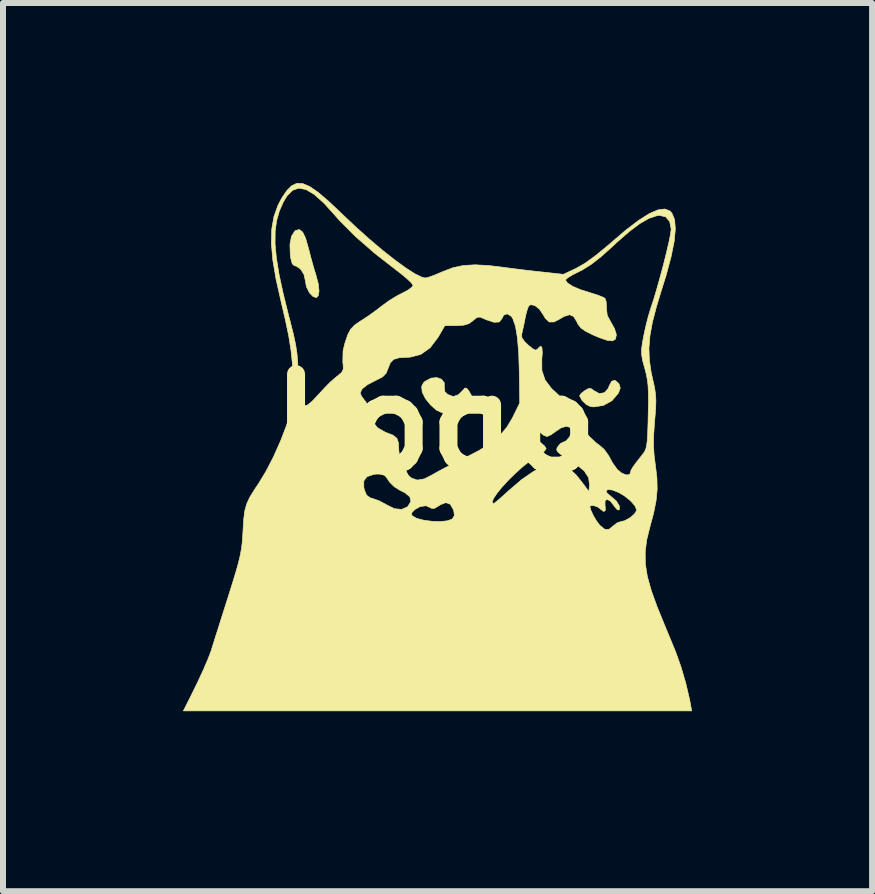
<source format=kicad_pcb>
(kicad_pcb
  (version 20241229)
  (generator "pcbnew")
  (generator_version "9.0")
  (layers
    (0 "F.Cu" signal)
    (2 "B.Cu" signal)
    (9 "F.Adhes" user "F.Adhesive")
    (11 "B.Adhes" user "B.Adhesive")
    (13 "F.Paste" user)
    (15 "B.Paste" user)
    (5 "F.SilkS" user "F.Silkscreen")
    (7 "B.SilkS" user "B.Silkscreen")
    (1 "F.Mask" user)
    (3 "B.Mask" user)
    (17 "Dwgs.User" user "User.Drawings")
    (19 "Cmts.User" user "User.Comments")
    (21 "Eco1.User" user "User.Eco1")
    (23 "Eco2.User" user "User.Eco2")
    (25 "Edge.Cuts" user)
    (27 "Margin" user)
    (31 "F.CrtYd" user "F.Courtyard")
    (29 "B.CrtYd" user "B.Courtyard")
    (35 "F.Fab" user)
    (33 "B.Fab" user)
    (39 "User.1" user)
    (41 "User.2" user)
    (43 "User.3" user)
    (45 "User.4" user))
  (footprint "Logo"
    (layer "F.Cu")
    (at 4.205 4.02)
    (property "Reference" "Logo" (at 0 0 0) (layer "F.SilkS") (effects (font (size 1.524 1.524) (thickness 0.3))))
    (attr through_hole)
    (fp_poly (pts (xy 3.051 -0.684) (xy 3.061 -0.669) (xy 3.08 -0.604) (xy 3.051 -0.525) (xy 3.048 -0.519) (xy 2.941 -0.393) (xy 2.798 -0.314) (xy 2.638 -0.29) (xy 2.583 -0.296) (xy 2.512 -0.331) (xy 2.445 -0.396) (xy 2.407 -0.465) (xy 2.405 -0.481) (xy 2.43 -0.516) (xy 2.49 -0.562) (xy 2.555 -0.598) (xy 2.598 -0.593) (xy 2.64 -0.561) (xy 2.731 -0.512) (xy 2.817 -0.527) (xy 2.88 -0.599) (xy 2.894 -0.636) (xy 2.936 -0.717) (xy 2.991 -0.734) (xy 3.051 -0.684)) (stroke (width 0.01) (type solid)) (fill yes) (layer "F.SilkS"))
    (fp_poly (pts (xy -2.213 -3.205) (xy -2.164 -3.104) (xy -2.117 -2.94) (xy -2.116 -2.937) (xy -2.075 -2.778) (xy -2.029 -2.612) (xy -1.992 -2.493) (xy -1.952 -2.342) (xy -1.939 -2.223) (xy -1.952 -2.143) (xy -1.986 -2.11) (xy -2.041 -2.131) (xy -2.096 -2.187) (xy -2.15 -2.293) (xy -2.167 -2.392) (xy -2.19 -2.496) (xy -2.245 -2.584) (xy -2.318 -2.636) (xy -2.35 -2.642) (xy -2.386 -2.675) (xy -2.412 -2.775) (xy -2.418 -2.819) (xy -2.424 -2.995) (xy -2.399 -3.131) (xy -2.344 -3.219) (xy -2.329 -3.23) (xy -2.268 -3.245) (xy -2.213 -3.205)) (stroke (width 0.01) (type solid)) (fill yes) (layer "F.SilkS"))
    (fp_poly (pts (xy 0.102 -0.751) (xy 0.148 -0.692) (xy 0.148 -0.62) (xy 0.157 -0.544) (xy 0.204 -0.498) (xy 0.296 -0.463) (xy 0.384 -0.493) (xy 0.447 -0.555) (xy 0.491 -0.604) (xy 0.521 -0.601) (xy 0.556 -0.559) (xy 0.599 -0.483) (xy 0.606 -0.426) (xy 0.579 -0.406) (xy 0.538 -0.386) (xy 0.465 -0.334) (xy 0.406 -0.288) (xy 0.321 -0.223) (xy 0.252 -0.182) (xy 0.225 -0.174) (xy 0.162 -0.184) (xy 0.109 -0.193) (xy 0.018 -0.236) (xy -0.079 -0.321) (xy -0.164 -0.425) (xy -0.217 -0.529) (xy -0.221 -0.546) (xy -0.229 -0.633) (xy -0.198 -0.693) (xy -0.17 -0.718) (xy -0.073 -0.769) (xy 0.023 -0.779) (xy 0.102 -0.751)) (stroke (width 0.01) (type solid)) (fill yes) (layer "F.SilkS"))
    (fp_poly (pts (xy -2.213 -4.012) (xy -2.097 -3.964) (xy -1.958 -3.868) (xy -1.788 -3.724) (xy -1.581 -3.529) (xy -1.576 -3.524) (xy -1.336 -3.297) (xy -1.102 -3.087) (xy -0.879 -2.898) (xy -0.673 -2.736) (xy -0.492 -2.604) (xy -0.34 -2.507) (xy -0.225 -2.451) (xy -0.167 -2.438) (xy -0.109 -2.452) (xy -0.01 -2.488) (xy 0.11 -2.539) (xy 0.124 -2.545) (xy 0.29 -2.609) (xy 0.463 -2.646) (xy 0.66 -2.658) (xy 0.894 -2.645) (xy 1.118 -2.618) (xy 1.283 -2.596) (xy 1.483 -2.571) (xy 1.684 -2.548) (xy 1.769 -2.539) (xy 2.133 -2.499) (xy 2.345 -2.599) (xy 2.489 -2.681) (xy 2.665 -2.808) (xy 2.864 -2.971) (xy 2.913 -3.013) (xy 3.167 -3.231) (xy 3.383 -3.396) (xy 3.563 -3.51) (xy 3.708 -3.573) (xy 3.822 -3.588) (xy 3.907 -3.555) (xy 3.941 -3.518) (xy 3.986 -3.41) (xy 3.998 -3.254) (xy 3.979 -3.049) (xy 3.927 -2.791) (xy 3.843 -2.479) (xy 3.777 -2.269) (xy 3.683 -1.96) (xy 3.615 -1.698) (xy 3.574 -1.472) (xy 3.558 -1.267) (xy 3.565 -1.072) (xy 3.594 -0.872) (xy 3.623 -0.74) (xy 3.652 -0.611) (xy 3.668 -0.502) (xy 3.674 -0.392) (xy 3.67 -0.261) (xy 3.656 -0.087) (xy 3.653 -0.052) (xy 3.638 0.16) (xy 3.634 0.332) (xy 3.642 0.492) (xy 3.663 0.665) (xy 3.666 0.682) (xy 3.691 0.894) (xy 3.695 1.084) (xy 3.677 1.273) (xy 3.635 1.484) (xy 3.574 1.71) (xy 3.521 1.924) (xy 3.496 2.124) (xy 3.498 2.323) (xy 3.531 2.533) (xy 3.596 2.767) (xy 3.694 3.039) (xy 3.76 3.201) (xy 3.831 3.375) (xy 3.907 3.558) (xy 3.974 3.721) (xy 4.001 3.786) (xy 4.09 4.035) (xy 4.172 4.315) (xy 4.237 4.592) (xy 4.247 4.648) (xy 4.27 4.775) (xy -4.2 4.775) (xy -4.081 4.539) (xy -3.963 4.299) (xy -3.863 4.083) (xy -3.786 3.903) (xy -3.736 3.771) (xy -3.733 3.759) (xy -3.712 3.693) (xy -3.675 3.573) (xy -3.623 3.411) (xy -3.562 3.217) (xy -3.494 3.003) (xy -3.46 2.896) (xy -3.383 2.651) (xy -3.324 2.458) (xy -3.281 2.304) (xy -3.251 2.178) (xy -3.231 2.067) (xy -3.218 1.959) (xy -3.21 1.842) (xy -3.206 1.773) (xy -3.195 1.585) (xy -3.181 1.474) (xy -0.395 1.474) (xy -0.393 1.514) (xy -0.383 1.527) (xy -0.309 1.568) (xy -0.193 1.598) (xy -0.056 1.616) (xy 0.082 1.62) (xy 0.2 1.608) (xy 0.277 1.58) (xy 0.284 1.574) (xy 0.316 1.519) (xy 0.306 1.442) (xy 0.301 1.425) (xy 0.271 1.373) (xy 2.574 1.373) (xy 2.592 1.436) (xy 2.635 1.527) (xy 2.691 1.62) (xy 2.741 1.685) (xy 2.822 1.749) (xy 2.892 1.75) (xy 2.963 1.693) (xy 3.028 1.642) (xy 3.079 1.625) (xy 3.157 1.605) (xy 3.244 1.556) (xy 3.317 1.494) (xy 3.352 1.436) (xy 3.353 1.429) (xy 3.325 1.358) (xy 3.251 1.274) (xy 3.146 1.19) (xy 3.058 1.138) (xy 2.953 1.096) (xy 2.878 1.087) (xy 2.845 1.105) (xy 2.86 1.147) (xy 2.931 1.206) (xy 3.016 1.28) (xy 3.064 1.358) (xy 3.065 1.422) (xy 3.063 1.426) (xy 3.033 1.425) (xy 2.987 1.373) (xy 2.977 1.357) (xy 2.915 1.279) (xy 2.861 1.251) (xy 2.827 1.273) (xy 2.826 1.346) (xy 2.828 1.355) (xy 2.833 1.433) (xy 2.805 1.454) (xy 2.752 1.415) (xy 2.743 1.405) (xy 2.694 1.372) (xy 2.631 1.354) (xy 2.583 1.358) (xy 2.574 1.373) (xy 0.271 1.373) (xy 0.248 1.332) (xy 0.175 1.304) (xy 0.081 1.341) (xy 0.058 1.357) (xy -0.02 1.402) (xy -0.069 1.399) (xy -0.078 1.392) (xy -0.156 1.357) (xy -0.256 1.371) (xy -0.343 1.42) (xy -0.395 1.474) (xy -3.181 1.474) (xy -3.177 1.444) (xy -3.145 1.327) (xy -3.092 1.213) (xy -3.01 1.081) (xy -2.944 0.983) (xy -2.92 0.943) (xy -1.193 0.943) (xy -1.193 1.053) (xy -1.183 1.093) (xy -1.147 1.181) (xy -1.086 1.225) (xy -1.04 1.238) (xy -0.939 1.274) (xy -0.831 1.331) (xy -0.813 1.342) (xy -0.682 1.406) (xy -0.562 1.418) (xy -0.467 1.376) (xy -0.46 1.369) (xy -0.413 1.294) (xy 0.945 1.294) (xy 0.963 1.32) (xy 0.97 1.321) (xy 1.002 1.299) (xy 1.071 1.241) (xy 1.165 1.157) (xy 1.217 1.109) (xy 1.437 0.921) (xy 1.641 0.781) (xy 1.822 0.693) (xy 1.976 0.661) (xy 1.986 0.66) (xy 2.114 0.678) (xy 2.23 0.738) (xy 2.347 0.846) (xy 2.438 0.96) (xy 2.557 1.119) (xy 2.568 1.014) (xy 2.553 0.89) (xy 2.479 0.776) (xy 2.342 0.664) (xy 2.309 0.643) (xy 2.171 0.557) (xy 2.083 0.498) (xy 2.035 0.456) (xy 2.02 0.423) (xy 2.029 0.39) (xy 2.041 0.371) (xy 2.085 0.319) (xy 2.114 0.305) (xy 2.177 0.276) (xy 2.236 0.209) (xy 2.268 0.13) (xy 2.269 0.113) (xy 2.245 0.052) (xy 2.183 0.033) (xy 2.095 0.058) (xy 2.004 0.119) (xy 1.927 0.174) (xy 1.864 0.202) (xy 1.855 0.203) (xy 1.8 0.18) (xy 1.733 0.124) (xy 1.727 0.119) (xy 1.66 0.07) (xy 1.579 0.039) (xy 1.505 0.031) (xy 1.461 0.05) (xy 1.456 0.067) (xy 1.483 0.101) (xy 1.551 0.158) (xy 1.648 0.227) (xy 1.651 0.229) (xy 1.749 0.3) (xy 1.819 0.362) (xy 1.846 0.404) (xy 1.846 0.404) (xy 1.818 0.445) (xy 1.748 0.501) (xy 1.686 0.539) (xy 1.579 0.608) (xy 1.46 0.702) (xy 1.338 0.811) (xy 1.22 0.927) (xy 1.114 1.041) (xy 1.028 1.147) (xy 0.969 1.234) (xy 0.945 1.294) (xy -0.413 1.294) (xy -0.409 1.287) (xy -0.425 1.21) (xy -0.509 1.139) (xy -0.588 1.101) (xy -0.686 1.04) (xy -0.764 0.962) (xy -0.773 0.947) (xy -0.83 0.865) (xy -0.892 0.83) (xy -0.986 0.829) (xy -1.032 0.836) (xy -1.141 0.873) (xy -1.193 0.943) (xy -2.92 0.943) (xy -2.824 0.785) (xy -2.699 0.543) (xy -2.58 0.277) (xy -2.483 0.024) (xy -2.431 -0.152) (xy -2.398 -0.343) (xy -2.38 -0.574) (xy -2.38 -0.578) (xy -2.375 -0.797) (xy -2.383 -1.01) (xy -2.406 -1.231) (xy -2.445 -1.476) (xy -2.504 -1.757) (xy -2.572 -2.047) (xy -2.656 -2.421) (xy -2.71 -2.741) (xy -2.733 -3.01) (xy -2.672 -3.01) (xy -2.65 -2.775) (xy -2.606 -2.501) (xy -2.537 -2.181) (xy -2.445 -1.808) (xy -2.419 -1.71) (xy -2.366 -1.501) (xy -2.33 -1.334) (xy -2.307 -1.185) (xy -2.294 -1.034) (xy -2.288 -0.856) (xy -2.288 -0.824) (xy -2.28 -0.603) (xy -2.263 -0.445) (xy -2.233 -0.348) (xy -2.191 -0.307) (xy -2.132 -0.32) (xy -2.055 -0.383) (xy -2.038 -0.401) (xy -1.955 -0.49) (xy -1.926 -0.521) (xy -1.253 -0.521) (xy -1.232 -0.469) (xy -1.179 -0.398) (xy -1.168 -0.386) (xy -1.098 -0.269) (xy -1.084 -0.186) (xy -1.052 -0.053) (xy -0.964 0.058) (xy -0.831 0.134) (xy -0.821 0.137) (xy -0.705 0.182) (xy -0.642 0.233) (xy -0.615 0.313) (xy -0.61 0.423) (xy -0.596 0.568) (xy -0.553 0.671) (xy -0.542 0.687) (xy -0.495 0.757) (xy -0.474 0.807) (xy -0.474 0.808) (xy -0.449 0.852) (xy -0.4 0.895) (xy -0.303 0.929) (xy -0.184 0.909) (xy -0.035 0.832) (xy -0.033 0.83) (xy 0.045 0.786) (xy 0.167 0.721) (xy 0.316 0.645) (xy 0.475 0.567) (xy 0.726 0.437) (xy 0.921 0.314) (xy 1.072 0.188) (xy 1.19 0.049) (xy 1.286 -0.111) (xy 1.294 -0.129) (xy 1.405 -0.355) (xy 1.398 -0.861) (xy 1.388 -1.185) (xy 1.366 -1.442) (xy 1.356 -1.504) (xy 1.438 -1.504) (xy 1.44 -1.445) (xy 1.486 -1.378) (xy 1.544 -1.322) (xy 1.622 -1.258) (xy 1.668 -1.236) (xy 1.699 -1.25) (xy 1.711 -1.265) (xy 1.753 -1.303) (xy 1.776 -1.277) (xy 1.781 -1.187) (xy 1.773 -1.085) (xy 1.774 -0.897) (xy 1.827 -0.739) (xy 1.936 -0.595) (xy 2.022 -0.517) (xy 2.125 -0.415) (xy 2.218 -0.295) (xy 2.252 -0.237) (xy 2.342 -0.084) (xy 2.452 0.07) (xy 2.569 0.207) (xy 2.678 0.309) (xy 2.724 0.342) (xy 2.812 0.418) (xy 2.885 0.52) (xy 2.894 0.537) (xy 2.954 0.646) (xy 3.025 0.745) (xy 3.035 0.757) (xy 3.109 0.816) (xy 3.182 0.844) (xy 3.235 0.837) (xy 3.251 0.803) (xy 3.258 0.769) (xy 3.285 0.72) (xy 3.338 0.646) (xy 3.426 0.534) (xy 3.451 0.503) (xy 3.481 0.461) (xy 3.504 0.416) (xy 3.519 0.355) (xy 3.53 0.267) (xy 3.537 0.141) (xy 3.543 -0.036) (xy 3.545 -0.139) (xy 3.55 -0.354) (xy 3.549 -0.517) (xy 3.543 -0.644) (xy 3.53 -0.75) (xy 3.51 -0.851) (xy 3.488 -0.933) (xy 3.453 -1.062) (xy 3.436 -1.159) (xy 3.435 -1.25) (xy 3.45 -1.361) (xy 3.469 -1.465) (xy 3.504 -1.628) (xy 3.546 -1.795) (xy 3.588 -1.933) (xy 3.591 -1.941) (xy 3.639 -2.088) (xy 3.692 -2.266) (xy 3.747 -2.463) (xy 3.801 -2.664) (xy 3.849 -2.857) (xy 3.889 -3.027) (xy 3.916 -3.162) (xy 3.928 -3.247) (xy 3.928 -3.254) (xy 3.904 -3.378) (xy 3.837 -3.457) (xy 3.734 -3.481) (xy 3.691 -3.476) (xy 3.559 -3.432) (xy 3.408 -3.346) (xy 3.231 -3.213) (xy 3.022 -3.031) (xy 2.951 -2.964) (xy 2.758 -2.791) (xy 2.593 -2.663) (xy 2.444 -2.57) (xy 2.395 -2.546) (xy 2.285 -2.49) (xy 2.204 -2.441) (xy 2.168 -2.408) (xy 2.167 -2.405) (xy 2.199 -2.356) (xy 2.287 -2.299) (xy 2.422 -2.242) (xy 2.565 -2.197) (xy 2.684 -2.16) (xy 2.777 -2.125) (xy 2.825 -2.1) (xy 2.845 -2.045) (xy 2.851 -1.956) (xy 2.85 -1.938) (xy 2.863 -1.815) (xy 2.926 -1.698) (xy 2.928 -1.695) (xy 2.983 -1.598) (xy 3.013 -1.504) (xy 3.014 -1.484) (xy 3 -1.419) (xy 2.952 -1.39) (xy 2.863 -1.399) (xy 2.729 -1.445) (xy 2.629 -1.488) (xy 2.503 -1.55) (xy 2.425 -1.605) (xy 2.376 -1.667) (xy 2.357 -1.708) (xy 2.303 -1.797) (xy 2.236 -1.826) (xy 2.143 -1.797) (xy 2.083 -1.761) (xy 1.976 -1.705) (xy 1.897 -1.705) (xy 1.832 -1.765) (xy 1.796 -1.826) (xy 1.731 -1.921) (xy 1.656 -1.98) (xy 1.588 -1.993) (xy 1.557 -1.976) (xy 1.536 -1.929) (xy 1.51 -1.838) (xy 1.494 -1.761) (xy 1.47 -1.643) (xy 1.448 -1.544) (xy 1.438 -1.504) (xy 1.356 -1.504) (xy 1.334 -1.634) (xy 1.29 -1.761) (xy 1.263 -1.801) (xy 1.197 -1.841) (xy 1.138 -1.819) (xy 1.107 -1.759) (xy 1.064 -1.705) (xy 0.976 -1.7) (xy 0.846 -1.743) (xy 0.831 -1.75) (xy 0.751 -1.785) (xy 0.701 -1.785) (xy 0.649 -1.748) (xy 0.626 -1.727) (xy 0.557 -1.677) (xy 0.472 -1.652) (xy 0.349 -1.644) (xy 0.157 -1.643) (xy 0.043 -1.448) (xy -0.088 -1.275) (xy -0.243 -1.165) (xy -0.421 -1.119) (xy -0.464 -1.117) (xy -0.605 -1.109) (xy -0.695 -1.082) (xy -0.751 -1.025) (xy -0.785 -0.94) (xy -0.822 -0.85) (xy -0.879 -0.791) (xy -0.979 -0.739) (xy -0.98 -0.739) (xy -1.13 -0.662) (xy -1.223 -0.588) (xy -1.253 -0.521) (xy -1.926 -0.521) (xy -1.862 -0.59) (xy -1.842 -0.612) (xy -1.749 -0.706) (xy -1.65 -0.792) (xy -1.628 -0.808) (xy -1.561 -0.865) (xy -1.535 -0.92) (xy -1.538 -1.002) (xy -1.543 -1.032) (xy -1.539 -1.225) (xy -1.506 -1.36) (xy -1.46 -1.494) (xy -1.413 -1.583) (xy -1.348 -1.652) (xy -1.248 -1.721) (xy -1.219 -1.738) (xy -1.105 -1.814) (xy -0.975 -1.908) (xy -0.897 -1.969) (xy -0.772 -2.06) (xy -0.631 -2.146) (xy -0.55 -2.187) (xy -0.454 -2.238) (xy -0.39 -2.287) (xy -0.373 -2.315) (xy -0.398 -2.355) (xy -0.467 -2.421) (xy -0.566 -2.504) (xy -0.618 -2.544) (xy -1.009 -2.848) (xy -1.336 -3.133) (xy -1.6 -3.398) (xy -1.674 -3.483) (xy -1.858 -3.686) (xy -2.017 -3.829) (xy -2.155 -3.911) (xy -2.274 -3.935) (xy -2.378 -3.9) (xy -2.471 -3.808) (xy -2.532 -3.708) (xy -2.6 -3.555) (xy -2.646 -3.392) (xy -2.67 -3.213) (xy -2.672 -3.01) (xy -2.733 -3.01) (xy -2.733 -3.017) (xy -2.727 -3.255) (xy -2.69 -3.463) (xy -2.623 -3.65) (xy -2.563 -3.765) (xy -2.479 -3.89) (xy -2.397 -3.974) (xy -2.311 -4.015) (xy -2.213 -4.012)) (stroke (width 0.01) (type solid)) (fill yes) (layer "F.SilkS")))
  (gr_rect
    (start -3 -3)
    (end 11.481 11.8)
    (stroke (width 0.1) (type default))
    (fill no)
    (layer "Edge.Cuts")))
</source>
